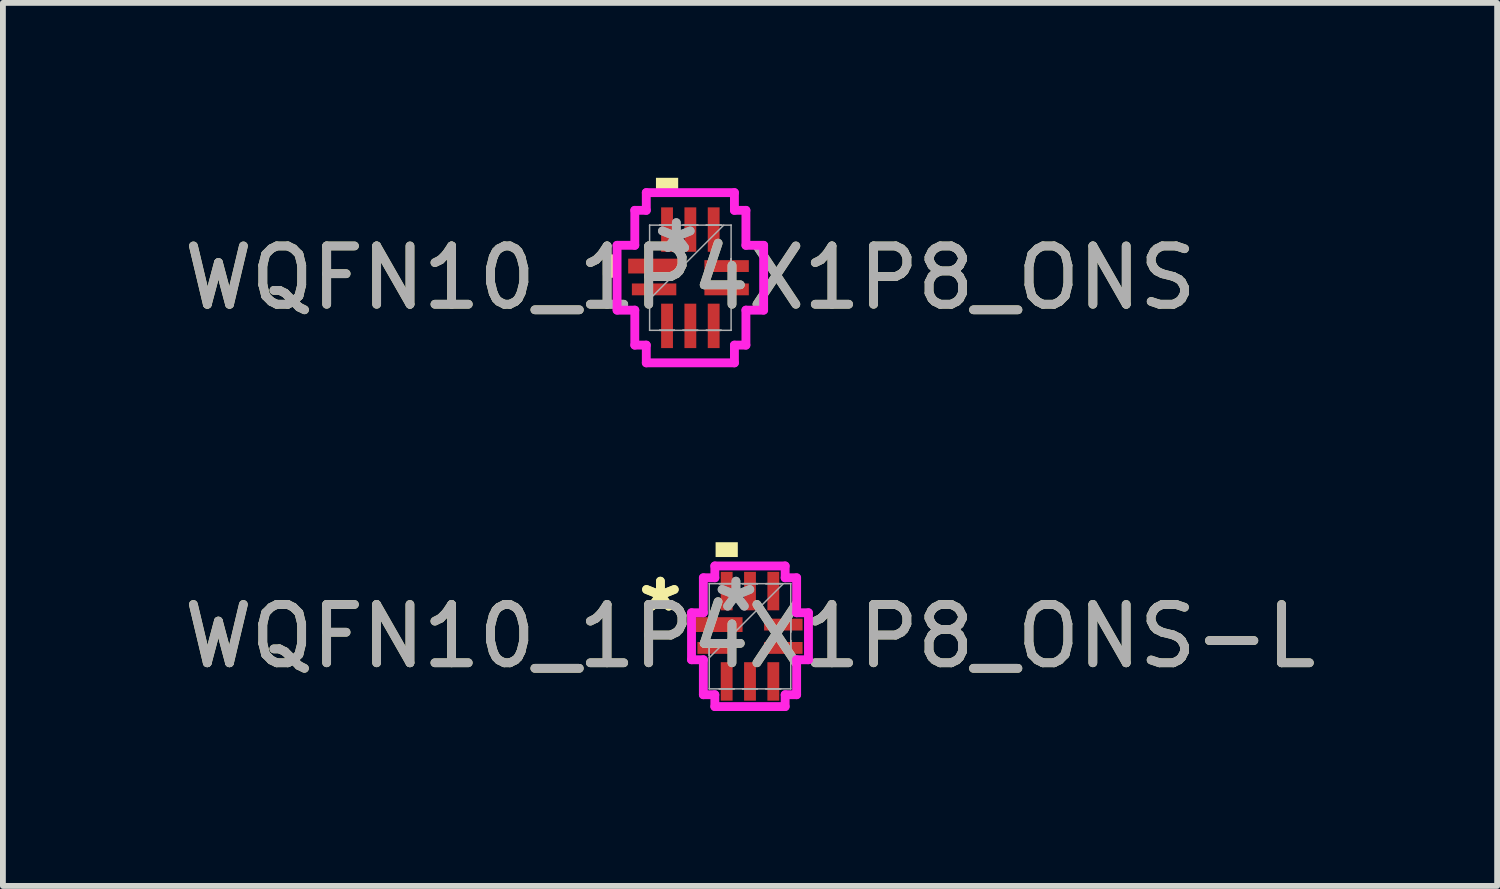
<source format=kicad_pcb>
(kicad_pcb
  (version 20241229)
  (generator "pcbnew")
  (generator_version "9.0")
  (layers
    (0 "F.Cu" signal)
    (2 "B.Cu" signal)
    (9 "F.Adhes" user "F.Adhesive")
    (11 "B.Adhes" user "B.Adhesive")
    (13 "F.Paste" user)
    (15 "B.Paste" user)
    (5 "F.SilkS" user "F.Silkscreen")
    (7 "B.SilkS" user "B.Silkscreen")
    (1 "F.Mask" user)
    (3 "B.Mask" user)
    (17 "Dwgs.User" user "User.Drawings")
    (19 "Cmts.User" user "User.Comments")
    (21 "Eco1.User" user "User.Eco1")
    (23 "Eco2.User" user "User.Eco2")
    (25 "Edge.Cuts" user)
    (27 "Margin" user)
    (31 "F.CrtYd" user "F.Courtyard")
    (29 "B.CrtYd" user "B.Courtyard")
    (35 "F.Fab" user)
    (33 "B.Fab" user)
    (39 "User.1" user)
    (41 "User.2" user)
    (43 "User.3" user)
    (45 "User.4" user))
  (footprint "WQFN10_1P4X1P8_ONS"
    (layer "F.Cu")
    (at 8.792 1.714)
    (property "Reference" "WQFN10_1P4X1P8_ONS" (at 0 0 0) (unlocked yes) (layer "F.SilkS") (effects (font (size 1 1) (thickness 0.15))))
    (attr smd)
    (fp_rect (start -1.45 -0.35) (end -1.3 -0.05) (stroke (width 0.1) (type solid)) (fill yes) (layer "F.SilkS"))
    (fp_poly (pts (xy -0.59 -1.46) (xy -0.59 -1.714) (xy -0.209 -1.714) (xy -0.209 -1.46)) (stroke (width 0) (type solid)) (fill yes) (layer "F.SilkS"))
    (fp_line (start -1.257 -0.556) (end -0.953 -0.556) (stroke (width 0.152) (type solid)) (layer "F.CrtYd"))
    (fp_line (start -1.257 0.556) (end -1.257 -0.556) (stroke (width 0.152) (type solid)) (layer "F.CrtYd"))
    (fp_line (start -0.953 -1.156) (end -0.756 -1.156) (stroke (width 0.152) (type solid)) (layer "F.CrtYd"))
    (fp_line (start -0.953 -0.556) (end -0.953 -1.156) (stroke (width 0.152) (type solid)) (layer "F.CrtYd"))
    (fp_line (start -0.953 0.556) (end -1.257 0.556) (stroke (width 0.152) (type solid)) (layer "F.CrtYd"))
    (fp_line (start -0.953 1.156) (end -0.953 0.556) (stroke (width 0.152) (type solid)) (layer "F.CrtYd"))
    (fp_line (start -0.756 -1.46) (end 0.756 -1.46) (stroke (width 0.152) (type solid)) (layer "F.CrtYd"))
    (fp_line (start -0.756 -1.156) (end -0.756 -1.46) (stroke (width 0.152) (type solid)) (layer "F.CrtYd"))
    (fp_line (start -0.756 1.156) (end -0.953 1.156) (stroke (width 0.152) (type solid)) (layer "F.CrtYd"))
    (fp_line (start -0.756 1.46) (end -0.756 1.156) (stroke (width 0.152) (type solid)) (layer "F.CrtYd"))
    (fp_line (start 0.756 -1.46) (end 0.756 -1.156) (stroke (width 0.152) (type solid)) (layer "F.CrtYd"))
    (fp_line (start 0.756 -1.156) (end 0.953 -1.156) (stroke (width 0.152) (type solid)) (layer "F.CrtYd"))
    (fp_line (start 0.756 1.156) (end 0.756 1.46) (stroke (width 0.152) (type solid)) (layer "F.CrtYd"))
    (fp_line (start 0.756 1.46) (end -0.756 1.46) (stroke (width 0.152) (type solid)) (layer "F.CrtYd"))
    (fp_line (start 0.953 -1.156) (end 0.953 -0.556) (stroke (width 0.152) (type solid)) (layer "F.CrtYd"))
    (fp_line (start 0.953 -0.556) (end 1.257 -0.556) (stroke (width 0.152) (type solid)) (layer "F.CrtYd"))
    (fp_line (start 0.953 0.556) (end 0.953 1.156) (stroke (width 0.152) (type solid)) (layer "F.CrtYd"))
    (fp_line (start 0.953 1.156) (end 0.756 1.156) (stroke (width 0.152) (type solid)) (layer "F.CrtYd"))
    (fp_line (start 1.257 -0.556) (end 1.257 0.556) (stroke (width 0.152) (type solid)) (layer "F.CrtYd"))
    (fp_line (start 1.257 0.556) (end 0.953 0.556) (stroke (width 0.152) (type solid)) (layer "F.CrtYd"))
    (fp_line (start -0.699 -0.902) (end -0.699 -0.902) (stroke (width 0.025) (type solid)) (layer "F.Fab"))
    (fp_line (start -0.699 -0.902) (end -0.699 0.902) (stroke (width 0.025) (type solid)) (layer "F.Fab"))
    (fp_line (start -0.699 -0.327) (end -0.699 -0.327) (stroke (width 0.025) (type solid)) (layer "F.Fab"))
    (fp_line (start -0.699 -0.327) (end -0.699 -0.073) (stroke (width 0.025) (type solid)) (layer "F.Fab"))
    (fp_line (start -0.699 -0.073) (end -0.699 -0.327) (stroke (width 0.025) (type solid)) (layer "F.Fab"))
    (fp_line (start -0.699 -0.073) (end -0.699 -0.073) (stroke (width 0.025) (type solid)) (layer "F.Fab"))
    (fp_line (start -0.699 0.073) (end -0.699 0.073) (stroke (width 0.025) (type solid)) (layer "F.Fab"))
    (fp_line (start -0.699 0.073) (end -0.699 0.327) (stroke (width 0.025) (type solid)) (layer "F.Fab"))
    (fp_line (start -0.699 0.327) (end -0.699 0.073) (stroke (width 0.025) (type solid)) (layer "F.Fab"))
    (fp_line (start -0.699 0.327) (end -0.699 0.327) (stroke (width 0.025) (type solid)) (layer "F.Fab"))
    (fp_line (start -0.699 0.368) (end 0.572 -0.902) (stroke (width 0.025) (type solid)) (layer "F.Fab"))
    (fp_line (start -0.699 0.902) (end -0.699 0.902) (stroke (width 0.025) (type solid)) (layer "F.Fab"))
    (fp_line (start -0.699 0.902) (end 0.699 0.902) (stroke (width 0.025) (type solid)) (layer "F.Fab"))
    (fp_line (start -0.527 -0.902) (end -0.527 -0.902) (stroke (width 0.025) (type solid)) (layer "F.Fab"))
    (fp_line (start -0.527 -0.902) (end -0.273 -0.902) (stroke (width 0.025) (type solid)) (layer "F.Fab"))
    (fp_line (start -0.527 0.902) (end -0.527 0.902) (stroke (width 0.025) (type solid)) (layer "F.Fab"))
    (fp_line (start -0.527 0.902) (end -0.273 0.902) (stroke (width 0.025) (type solid)) (layer "F.Fab"))
    (fp_line (start -0.273 -0.902) (end -0.527 -0.902) (stroke (width 0.025) (type solid)) (layer "F.Fab"))
    (fp_line (start -0.273 -0.902) (end -0.273 -0.902) (stroke (width 0.025) (type solid)) (layer "F.Fab"))
    (fp_line (start -0.273 0.902) (end -0.527 0.902) (stroke (width 0.025) (type solid)) (layer "F.Fab"))
    (fp_line (start -0.273 0.902) (end -0.273 0.902) (stroke (width 0.025) (type solid)) (layer "F.Fab"))
    (fp_line (start -0.127 -0.902) (end -0.127 -0.902) (stroke (width 0.025) (type solid)) (layer "F.Fab"))
    (fp_line (start -0.127 -0.902) (end 0.127 -0.902) (stroke (width 0.025) (type solid)) (layer "F.Fab"))
    (fp_line (start -0.127 0.902) (end -0.127 0.902) (stroke (width 0.025) (type solid)) (layer "F.Fab"))
    (fp_line (start -0.127 0.902) (end 0.127 0.902) (stroke (width 0.025) (type solid)) (layer "F.Fab"))
    (fp_line (start 0.127 -0.902) (end -0.127 -0.902) (stroke (width 0.025) (type solid)) (layer "F.Fab"))
    (fp_line (start 0.127 -0.902) (end 0.127 -0.902) (stroke (width 0.025) (type solid)) (layer "F.Fab"))
    (fp_line (start 0.127 0.902) (end -0.127 0.902) (stroke (width 0.025) (type solid)) (layer "F.Fab"))
    (fp_line (start 0.127 0.902) (end 0.127 0.902) (stroke (width 0.025) (type solid)) (layer "F.Fab"))
    (fp_line (start 0.273 -0.902) (end 0.273 -0.902) (stroke (width 0.025) (type solid)) (layer "F.Fab"))
    (fp_line (start 0.273 -0.902) (end 0.527 -0.902) (stroke (width 0.025) (type solid)) (layer "F.Fab"))
    (fp_line (start 0.273 0.902) (end 0.273 0.902) (stroke (width 0.025) (type solid)) (layer "F.Fab"))
    (fp_line (start 0.273 0.902) (end 0.527 0.902) (stroke (width 0.025) (type solid)) (layer "F.Fab"))
    (fp_line (start 0.527 -0.902) (end 0.273 -0.902) (stroke (width 0.025) (type solid)) (layer "F.Fab"))
    (fp_line (start 0.527 -0.902) (end 0.527 -0.902) (stroke (width 0.025) (type solid)) (layer "F.Fab"))
    (fp_line (start 0.527 0.902) (end 0.273 0.902) (stroke (width 0.025) (type solid)) (layer "F.Fab"))
    (fp_line (start 0.527 0.902) (end 0.527 0.902) (stroke (width 0.025) (type solid)) (layer "F.Fab"))
    (fp_line (start 0.699 -0.902) (end -0.699 -0.902) (stroke (width 0.025) (type solid)) (layer "F.Fab"))
    (fp_line (start 0.699 -0.902) (end 0.699 -0.902) (stroke (width 0.025) (type solid)) (layer "F.Fab"))
    (fp_line (start 0.699 -0.327) (end 0.699 -0.327) (stroke (width 0.025) (type solid)) (layer "F.Fab"))
    (fp_line (start 0.699 -0.327) (end 0.699 -0.073) (stroke (width 0.025) (type solid)) (layer "F.Fab"))
    (fp_line (start 0.699 -0.073) (end 0.699 -0.327) (stroke (width 0.025) (type solid)) (layer "F.Fab"))
    (fp_line (start 0.699 -0.073) (end 0.699 -0.073) (stroke (width 0.025) (type solid)) (layer "F.Fab"))
    (fp_line (start 0.699 0.073) (end 0.699 0.073) (stroke (width 0.025) (type solid)) (layer "F.Fab"))
    (fp_line (start 0.699 0.073) (end 0.699 0.327) (stroke (width 0.025) (type solid)) (layer "F.Fab"))
    (fp_line (start 0.699 0.327) (end 0.699 0.073) (stroke (width 0.025) (type solid)) (layer "F.Fab"))
    (fp_line (start 0.699 0.327) (end 0.699 0.327) (stroke (width 0.025) (type solid)) (layer "F.Fab"))
    (fp_line (start 0.699 0.902) (end 0.699 -0.902) (stroke (width 0.025) (type solid)) (layer "F.Fab"))
    (fp_line (start 0.699 0.902) (end 0.699 0.902) (stroke (width 0.025) (type solid)) (layer "F.Fab"))
    (fp_text user "*" (at -0.241 -0.4 0) (unlocked yes) (layer "F.Fab") (effects (font (size 1 1) (thickness 0.15))))
    (fp_text user "*" (at -0.241 -0.4 0) (layer "F.Fab") (effects (font (size 1 1) (thickness 0.15))))
    (fp_text user "${REFERENCE}" (at 0 0 0) (unlocked yes) (layer "F.Fab") (effects (font (size 1 1) (thickness 0.15))))
    (pad "1" smd rect (at -0.622 -0.2 90) (size 0.254 0.889) (layers "F.Cu" "F.Mask" "F.Paste"))
    (pad "2" smd rect (at -0.622 0.2 90) (size 0.203 0.762) (layers "F.Cu" "F.Mask" "F.Paste"))
    (pad "3" smd rect (at -0.4 0.826) (size 0.203 0.762) (layers "F.Cu" "F.Mask" "F.Paste"))
    (pad "4" smd rect (at 0 0.826) (size 0.203 0.762) (layers "F.Cu" "F.Mask" "F.Paste"))
    (pad "5" smd rect (at 0.4 0.826) (size 0.203 0.762) (layers "F.Cu" "F.Mask" "F.Paste"))
    (pad "6" smd rect (at 0.622 0.2 90) (size 0.203 0.762) (layers "F.Cu" "F.Mask" "F.Paste"))
    (pad "7" smd rect (at 0.622 -0.2 90) (size 0.203 0.762) (layers "F.Cu" "F.Mask" "F.Paste"))
    (pad "8" smd rect (at 0.4 -0.826) (size 0.203 0.762) (layers "F.Cu" "F.Mask" "F.Paste"))
    (pad "9" smd rect (at 0 -0.826) (size 0.203 0.762) (layers "F.Cu" "F.Mask" "F.Paste"))
    (pad "10" smd rect (at -0.4 -0.826) (size 0.203 0.762) (layers "F.Cu" "F.Mask" "F.Paste")))
  (footprint "WQFN10_1P4X1P8_ONS-L"
    (layer "F.Cu")
    (at 9.815 7.864)
    (property "Reference" "WQFN10_1P4X1P8_ONS-L" (at 0 0 0) (unlocked yes) (layer "F.SilkS") (effects (font (size 1 1) (thickness 0.15))))
    (attr smd)
    (fp_poly (pts (xy -0.59 -1.359) (xy -0.59 -1.613) (xy -0.209 -1.613) (xy -0.209 -1.359)) (stroke (width 0) (type solid)) (fill yes) (layer "F.SilkS"))
    (fp_line (start -1.003 -0.403) (end -0.8 -0.403) (stroke (width 0.152) (type solid)) (layer "F.CrtYd"))
    (fp_line (start -1.003 0.403) (end -1.003 -0.403) (stroke (width 0.152) (type solid)) (layer "F.CrtYd"))
    (fp_line (start -0.8 -1.003) (end -0.603 -1.003) (stroke (width 0.152) (type solid)) (layer "F.CrtYd"))
    (fp_line (start -0.8 -0.403) (end -0.8 -1.003) (stroke (width 0.152) (type solid)) (layer "F.CrtYd"))
    (fp_line (start -0.8 0.403) (end -1.003 0.403) (stroke (width 0.152) (type solid)) (layer "F.CrtYd"))
    (fp_line (start -0.8 1.003) (end -0.8 0.403) (stroke (width 0.152) (type solid)) (layer "F.CrtYd"))
    (fp_line (start -0.603 -1.206) (end 0.603 -1.206) (stroke (width 0.152) (type solid)) (layer "F.CrtYd"))
    (fp_line (start -0.603 -1.003) (end -0.603 -1.206) (stroke (width 0.152) (type solid)) (layer "F.CrtYd"))
    (fp_line (start -0.603 1.003) (end -0.8 1.003) (stroke (width 0.152) (type solid)) (layer "F.CrtYd"))
    (fp_line (start -0.603 1.206) (end -0.603 1.003) (stroke (width 0.152) (type solid)) (layer "F.CrtYd"))
    (fp_line (start 0.603 -1.206) (end 0.603 -1.003) (stroke (width 0.152) (type solid)) (layer "F.CrtYd"))
    (fp_line (start 0.603 -1.003) (end 0.8 -1.003) (stroke (width 0.152) (type solid)) (layer "F.CrtYd"))
    (fp_line (start 0.603 1.003) (end 0.603 1.206) (stroke (width 0.152) (type solid)) (layer "F.CrtYd"))
    (fp_line (start 0.603 1.206) (end -0.603 1.206) (stroke (width 0.152) (type solid)) (layer "F.CrtYd"))
    (fp_line (start 0.8 -1.003) (end 0.8 -0.403) (stroke (width 0.152) (type solid)) (layer "F.CrtYd"))
    (fp_line (start 0.8 -0.403) (end 1.003 -0.403) (stroke (width 0.152) (type solid)) (layer "F.CrtYd"))
    (fp_line (start 0.8 0.403) (end 0.8 1.003) (stroke (width 0.152) (type solid)) (layer "F.CrtYd"))
    (fp_line (start 0.8 1.003) (end 0.603 1.003) (stroke (width 0.152) (type solid)) (layer "F.CrtYd"))
    (fp_line (start 1.003 -0.403) (end 1.003 0.403) (stroke (width 0.152) (type solid)) (layer "F.CrtYd"))
    (fp_line (start 1.003 0.403) (end 0.8 0.403) (stroke (width 0.152) (type solid)) (layer "F.CrtYd"))
    (fp_line (start -0.699 -0.902) (end -0.699 -0.902) (stroke (width 0.025) (type solid)) (layer "F.Fab"))
    (fp_line (start -0.699 -0.902) (end -0.699 0.902) (stroke (width 0.025) (type solid)) (layer "F.Fab"))
    (fp_line (start -0.699 -0.327) (end -0.699 -0.327) (stroke (width 0.025) (type solid)) (layer "F.Fab"))
    (fp_line (start -0.699 -0.327) (end -0.699 -0.073) (stroke (width 0.025) (type solid)) (layer "F.Fab"))
    (fp_line (start -0.699 -0.073) (end -0.699 -0.327) (stroke (width 0.025) (type solid)) (layer "F.Fab"))
    (fp_line (start -0.699 -0.073) (end -0.699 -0.073) (stroke (width 0.025) (type solid)) (layer "F.Fab"))
    (fp_line (start -0.699 0.073) (end -0.699 0.073) (stroke (width 0.025) (type solid)) (layer "F.Fab"))
    (fp_line (start -0.699 0.073) (end -0.699 0.327) (stroke (width 0.025) (type solid)) (layer "F.Fab"))
    (fp_line (start -0.699 0.327) (end -0.699 0.073) (stroke (width 0.025) (type solid)) (layer "F.Fab"))
    (fp_line (start -0.699 0.327) (end -0.699 0.327) (stroke (width 0.025) (type solid)) (layer "F.Fab"))
    (fp_line (start -0.699 0.368) (end 0.572 -0.902) (stroke (width 0.025) (type solid)) (layer "F.Fab"))
    (fp_line (start -0.699 0.902) (end -0.699 0.902) (stroke (width 0.025) (type solid)) (layer "F.Fab"))
    (fp_line (start -0.699 0.902) (end 0.699 0.902) (stroke (width 0.025) (type solid)) (layer "F.Fab"))
    (fp_line (start -0.527 -0.902) (end -0.527 -0.902) (stroke (width 0.025) (type solid)) (layer "F.Fab"))
    (fp_line (start -0.527 -0.902) (end -0.273 -0.902) (stroke (width 0.025) (type solid)) (layer "F.Fab"))
    (fp_line (start -0.527 0.902) (end -0.527 0.902) (stroke (width 0.025) (type solid)) (layer "F.Fab"))
    (fp_line (start -0.527 0.902) (end -0.273 0.902) (stroke (width 0.025) (type solid)) (layer "F.Fab"))
    (fp_line (start -0.273 -0.902) (end -0.527 -0.902) (stroke (width 0.025) (type solid)) (layer "F.Fab"))
    (fp_line (start -0.273 -0.902) (end -0.273 -0.902) (stroke (width 0.025) (type solid)) (layer "F.Fab"))
    (fp_line (start -0.273 0.902) (end -0.527 0.902) (stroke (width 0.025) (type solid)) (layer "F.Fab"))
    (fp_line (start -0.273 0.902) (end -0.273 0.902) (stroke (width 0.025) (type solid)) (layer "F.Fab"))
    (fp_line (start -0.127 -0.902) (end -0.127 -0.902) (stroke (width 0.025) (type solid)) (layer "F.Fab"))
    (fp_line (start -0.127 -0.902) (end 0.127 -0.902) (stroke (width 0.025) (type solid)) (layer "F.Fab"))
    (fp_line (start -0.127 0.902) (end -0.127 0.902) (stroke (width 0.025) (type solid)) (layer "F.Fab"))
    (fp_line (start -0.127 0.902) (end 0.127 0.902) (stroke (width 0.025) (type solid)) (layer "F.Fab"))
    (fp_line (start 0.127 -0.902) (end -0.127 -0.902) (stroke (width 0.025) (type solid)) (layer "F.Fab"))
    (fp_line (start 0.127 -0.902) (end 0.127 -0.902) (stroke (width 0.025) (type solid)) (layer "F.Fab"))
    (fp_line (start 0.127 0.902) (end -0.127 0.902) (stroke (width 0.025) (type solid)) (layer "F.Fab"))
    (fp_line (start 0.127 0.902) (end 0.127 0.902) (stroke (width 0.025) (type solid)) (layer "F.Fab"))
    (fp_line (start 0.273 -0.902) (end 0.273 -0.902) (stroke (width 0.025) (type solid)) (layer "F.Fab"))
    (fp_line (start 0.273 -0.902) (end 0.527 -0.902) (stroke (width 0.025) (type solid)) (layer "F.Fab"))
    (fp_line (start 0.273 0.902) (end 0.273 0.902) (stroke (width 0.025) (type solid)) (layer "F.Fab"))
    (fp_line (start 0.273 0.902) (end 0.527 0.902) (stroke (width 0.025) (type solid)) (layer "F.Fab"))
    (fp_line (start 0.527 -0.902) (end 0.273 -0.902) (stroke (width 0.025) (type solid)) (layer "F.Fab"))
    (fp_line (start 0.527 -0.902) (end 0.527 -0.902) (stroke (width 0.025) (type solid)) (layer "F.Fab"))
    (fp_line (start 0.527 0.902) (end 0.273 0.902) (stroke (width 0.025) (type solid)) (layer "F.Fab"))
    (fp_line (start 0.527 0.902) (end 0.527 0.902) (stroke (width 0.025) (type solid)) (layer "F.Fab"))
    (fp_line (start 0.699 -0.902) (end -0.699 -0.902) (stroke (width 0.025) (type solid)) (layer "F.Fab"))
    (fp_line (start 0.699 -0.902) (end 0.699 -0.902) (stroke (width 0.025) (type solid)) (layer "F.Fab"))
    (fp_line (start 0.699 -0.327) (end 0.699 -0.327) (stroke (width 0.025) (type solid)) (layer "F.Fab"))
    (fp_line (start 0.699 -0.327) (end 0.699 -0.073) (stroke (width 0.025) (type solid)) (layer "F.Fab"))
    (fp_line (start 0.699 -0.073) (end 0.699 -0.327) (stroke (width 0.025) (type solid)) (layer "F.Fab"))
    (fp_line (start 0.699 -0.073) (end 0.699 -0.073) (stroke (width 0.025) (type solid)) (layer "F.Fab"))
    (fp_line (start 0.699 0.073) (end 0.699 0.073) (stroke (width 0.025) (type solid)) (layer "F.Fab"))
    (fp_line (start 0.699 0.073) (end 0.699 0.327) (stroke (width 0.025) (type solid)) (layer "F.Fab"))
    (fp_line (start 0.699 0.327) (end 0.699 0.073) (stroke (width 0.025) (type solid)) (layer "F.Fab"))
    (fp_line (start 0.699 0.327) (end 0.699 0.327) (stroke (width 0.025) (type solid)) (layer "F.Fab"))
    (fp_line (start 0.699 0.902) (end 0.699 -0.902) (stroke (width 0.025) (type solid)) (layer "F.Fab"))
    (fp_line (start 0.699 0.902) (end 0.699 0.902) (stroke (width 0.025) (type solid)) (layer "F.Fab"))
    (fp_text user "*" (at -1.537 -0.4 0) (layer "F.SilkS") (effects (font (size 1 1) (thickness 0.15))))
    (fp_text user "*" (at -1.537 -0.4 0) (unlocked yes) (layer "F.SilkS") (effects (font (size 1 1) (thickness 0.15))))
    (fp_text user "*" (at -0.241 -0.4 0) (layer "F.Fab") (effects (font (size 1 1) (thickness 0.15))))
    (fp_text user "*" (at -0.241 -0.4 0) (unlocked yes) (layer "F.Fab") (effects (font (size 1 1) (thickness 0.15))))
    (fp_text user "${REFERENCE}" (at 0 0 0) (unlocked yes) (layer "F.Fab") (effects (font (size 1 1) (thickness 0.15))))
    (pad "1" smd rect (at -0.572 -0.2 90) (size 0.254 0.889) (layers "F.Cu" "F.Mask" "F.Paste"))
    (pad "2" smd rect (at -0.572 0.2 90) (size 0.203 0.66) (layers "F.Cu" "F.Mask" "F.Paste"))
    (pad "3" smd rect (at -0.4 0.775) (size 0.203 0.66) (layers "F.Cu" "F.Mask" "F.Paste"))
    (pad "4" smd rect (at 0 0.775) (size 0.203 0.66) (layers "F.Cu" "F.Mask" "F.Paste"))
    (pad "5" smd rect (at 0.4 0.775) (size 0.203 0.66) (layers "F.Cu" "F.Mask" "F.Paste"))
    (pad "6" smd rect (at 0.572 0.2 90) (size 0.203 0.66) (layers "F.Cu" "F.Mask" "F.Paste"))
    (pad "7" smd rect (at 0.572 -0.2 90) (size 0.203 0.66) (layers "F.Cu" "F.Mask" "F.Paste"))
    (pad "8" smd rect (at 0.4 -0.775) (size 0.203 0.66) (layers "F.Cu" "F.Mask" "F.Paste"))
    (pad "9" smd rect (at 0 -0.775) (size 0.203 0.66) (layers "F.Cu" "F.Mask" "F.Paste"))
    (pad "10" smd rect (at -0.4 -0.775) (size 0.203 0.66) (layers "F.Cu" "F.Mask" "F.Paste")))
  (gr_rect
    (start -3 -3)
    (end 22.631 12.147)
    (stroke (width 0.1) (type default))
    (fill no)
    (layer "Edge.Cuts")))
</source>
